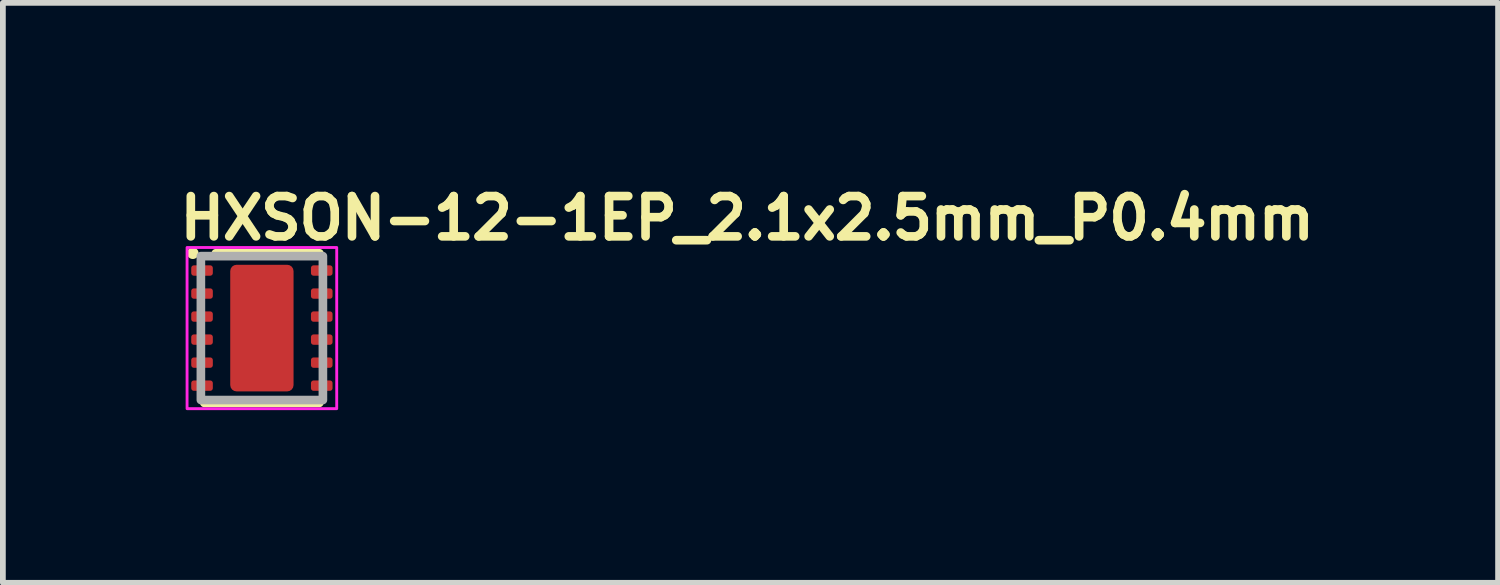
<source format=kicad_pcb>
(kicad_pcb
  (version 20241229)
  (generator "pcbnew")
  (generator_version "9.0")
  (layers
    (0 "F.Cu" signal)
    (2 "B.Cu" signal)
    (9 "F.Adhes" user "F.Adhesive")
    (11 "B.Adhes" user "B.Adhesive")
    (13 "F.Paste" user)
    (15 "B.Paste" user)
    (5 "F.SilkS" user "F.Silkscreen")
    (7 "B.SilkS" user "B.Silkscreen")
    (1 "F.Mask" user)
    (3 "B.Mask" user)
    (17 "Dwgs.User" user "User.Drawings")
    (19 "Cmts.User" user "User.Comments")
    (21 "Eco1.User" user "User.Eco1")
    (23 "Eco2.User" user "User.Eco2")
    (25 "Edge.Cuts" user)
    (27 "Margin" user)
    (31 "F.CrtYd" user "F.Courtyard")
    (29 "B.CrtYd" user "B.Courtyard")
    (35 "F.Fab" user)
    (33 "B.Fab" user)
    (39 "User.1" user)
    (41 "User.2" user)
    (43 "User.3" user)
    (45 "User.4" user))
  (footprint "HXSON-12-1EP_2.1x2.5mm_P0.4mm"
    (layer "F.Cu")
    (at 1.5 2.65)
    (property "Reference" "HXSON-12-1EP_2.1x2.5mm_P0.4mm" (at -1.5 -1.5 0) (layer "F.SilkS") (effects (font (size 0.7 0.7) (thickness 0.15)) (justify left bottom)))
    (attr smd)
    (fp_line (start -0.8 -1.3) (end 0.999 -1.3) (stroke (width 0.15) (type solid)) (layer "F.SilkS"))
    (fp_line (start 0.997 1.3) (end -1 1.3) (stroke (width 0.15) (type solid)) (layer "F.SilkS"))
    (fp_circle (center -1.2 -1.3) (end -1.15 -1.3) (stroke (width 0.1) (type solid)) (fill yes) (layer "F.SilkS"))
    (fp_poly (pts (xy -0.2 -0.4) (xy 0.2 -0.4) (xy 0.2 0.4) (xy -0.2 0.4)) (stroke (width 0.01) (type solid)) (fill yes) (layer "F.Paste"))
    (fp_rect (start -1.3 -1.4) (end 1.3 1.4) (stroke (width 0.05) (type solid)) (fill no) (layer "F.CrtYd"))
    (fp_rect (start -1.06 -1.25) (end 1.06 1.25) (stroke (width 0.15) (type solid)) (fill no) (layer "F.Fab"))
    (fp_rect (start -1.06 -1.25) (end 1.06 1.25) (stroke (width 0.1) (type solid)) (fill no) (layer "User.5"))
    (fp_line (start -1.06 -0.9) (end -1.06 -1.1) (stroke (width 0.02) (type solid)) (layer "User.9"))
    (fp_line (start -1.06 -0.5) (end -1.06 -0.7) (stroke (width 0.02) (type solid)) (layer "User.9"))
    (fp_line (start -1.06 -0.1) (end -1.06 -0.3) (stroke (width 0.02) (type solid)) (layer "User.9"))
    (fp_line (start -1.06 0.3) (end -1.06 0.1) (stroke (width 0.02) (type solid)) (layer "User.9"))
    (fp_line (start -1.06 0.7) (end -1.06 0.5) (stroke (width 0.02) (type solid)) (layer "User.9"))
    (fp_line (start -1.06 1.1) (end -1.06 0.9) (stroke (width 0.02) (type solid)) (layer "User.9"))
    (fp_line (start -1.05 -1.1) (end -1.06 -1.1) (stroke (width 0.02) (type solid)) (layer "User.9"))
    (fp_line (start -1.05 -0.9) (end -1.06 -0.9) (stroke (width 0.02) (type solid)) (layer "User.9"))
    (fp_line (start -1.05 -0.7) (end -1.06 -0.7) (stroke (width 0.02) (type solid)) (layer "User.9"))
    (fp_line (start -1.05 -0.5) (end -1.06 -0.5) (stroke (width 0.02) (type solid)) (layer "User.9"))
    (fp_line (start -1.05 -0.3) (end -1.06 -0.3) (stroke (width 0.02) (type solid)) (layer "User.9"))
    (fp_line (start -1.05 -0.1) (end -1.06 -0.1) (stroke (width 0.02) (type solid)) (layer "User.9"))
    (fp_line (start -1.05 0.1) (end -1.06 0.1) (stroke (width 0.02) (type solid)) (layer "User.9"))
    (fp_line (start -1.05 0.3) (end -1.06 0.3) (stroke (width 0.02) (type solid)) (layer "User.9"))
    (fp_line (start -1.05 0.5) (end -1.06 0.5) (stroke (width 0.02) (type solid)) (layer "User.9"))
    (fp_line (start -1.05 0.7) (end -1.06 0.7) (stroke (width 0.02) (type solid)) (layer "User.9"))
    (fp_line (start -1.05 0.9) (end -1.06 0.9) (stroke (width 0.02) (type solid)) (layer "User.9"))
    (fp_line (start -1.05 1.1) (end -1.06 1.1) (stroke (width 0.02) (type solid)) (layer "User.9"))
    (fp_line (start -1.05 1.25) (end -1.05 -1.25) (stroke (width 0.02) (type solid)) (layer "User.9"))
    (fp_line (start 1.05 -1.25) (end -1.05 -1.25) (stroke (width 0.02) (type solid)) (layer "User.9"))
    (fp_line (start 1.05 1.25) (end -1.05 1.25) (stroke (width 0.02) (type solid)) (layer "User.9"))
    (fp_line (start 1.05 1.25) (end 1.05 -1.25) (stroke (width 0.02) (type solid)) (layer "User.9"))
    (fp_line (start 1.06 -1.1) (end 1.05 -1.1) (stroke (width 0.02) (type solid)) (layer "User.9"))
    (fp_line (start 1.06 -0.9) (end 1.05 -0.9) (stroke (width 0.02) (type solid)) (layer "User.9"))
    (fp_line (start 1.06 -0.9) (end 1.06 -1.1) (stroke (width 0.02) (type solid)) (layer "User.9"))
    (fp_line (start 1.06 -0.7) (end 1.05 -0.7) (stroke (width 0.02) (type solid)) (layer "User.9"))
    (fp_line (start 1.06 -0.5) (end 1.05 -0.5) (stroke (width 0.02) (type solid)) (layer "User.9"))
    (fp_line (start 1.06 -0.5) (end 1.06 -0.7) (stroke (width 0.02) (type solid)) (layer "User.9"))
    (fp_line (start 1.06 -0.3) (end 1.05 -0.3) (stroke (width 0.02) (type solid)) (layer "User.9"))
    (fp_line (start 1.06 -0.1) (end 1.05 -0.1) (stroke (width 0.02) (type solid)) (layer "User.9"))
    (fp_line (start 1.06 -0.1) (end 1.06 -0.3) (stroke (width 0.02) (type solid)) (layer "User.9"))
    (fp_line (start 1.06 0.1) (end 1.05 0.1) (stroke (width 0.02) (type solid)) (layer "User.9"))
    (fp_line (start 1.06 0.3) (end 1.05 0.3) (stroke (width 0.02) (type solid)) (layer "User.9"))
    (fp_line (start 1.06 0.3) (end 1.06 0.1) (stroke (width 0.02) (type solid)) (layer "User.9"))
    (fp_line (start 1.06 0.5) (end 1.05 0.5) (stroke (width 0.02) (type solid)) (layer "User.9"))
    (fp_line (start 1.06 0.7) (end 1.05 0.7) (stroke (width 0.02) (type solid)) (layer "User.9"))
    (fp_line (start 1.06 0.7) (end 1.06 0.5) (stroke (width 0.02) (type solid)) (layer "User.9"))
    (fp_line (start 1.06 0.9) (end 1.05 0.9) (stroke (width 0.02) (type solid)) (layer "User.9"))
    (fp_line (start 1.06 1.1) (end 1.05 1.1) (stroke (width 0.02) (type solid)) (layer "User.9"))
    (fp_line (start 1.06 1.1) (end 1.06 0.9) (stroke (width 0.02) (type solid)) (layer "User.9"))
    (pad "1" smd roundrect (at -1.04 -1) (size 0.375 0.18) (layers "F.Cu" "F.Mask" "F.Paste") (roundrect_rratio 0.25))
    (pad "2" smd roundrect (at -1.04 -0.6) (size 0.375 0.18) (layers "F.Cu" "F.Mask" "F.Paste") (roundrect_rratio 0.25))
    (pad "3" smd roundrect (at -1.04 -0.2) (size 0.375 0.18) (layers "F.Cu" "F.Mask" "F.Paste") (roundrect_rratio 0.25))
    (pad "4" smd roundrect (at -1.04 0.2) (size 0.375 0.18) (layers "F.Cu" "F.Mask" "F.Paste") (roundrect_rratio 0.25))
    (pad "5" smd roundrect (at -1.04 0.6) (size 0.375 0.18) (layers "F.Cu" "F.Mask" "F.Paste") (roundrect_rratio 0.25))
    (pad "6" smd roundrect (at -1.04 1) (size 0.375 0.18) (layers "F.Cu" "F.Mask" "F.Paste") (roundrect_rratio 0.25))
    (pad "7" smd roundrect (at 1.04 1) (size 0.375 0.18) (layers "F.Cu" "F.Mask" "F.Paste") (roundrect_rratio 0.25))
    (pad "8" smd roundrect (at 1.04 0.6) (size 0.375 0.18) (layers "F.Cu" "F.Mask" "F.Paste") (roundrect_rratio 0.25))
    (pad "9" smd roundrect (at 1.04 0.2) (size 0.375 0.18) (layers "F.Cu" "F.Mask" "F.Paste") (roundrect_rratio 0.25))
    (pad "10" smd roundrect (at 1.04 -0.2) (size 0.375 0.18) (layers "F.Cu" "F.Mask" "F.Paste") (roundrect_rratio 0.25))
    (pad "11" smd roundrect (at 1.04 -0.6) (size 0.375 0.18) (layers "F.Cu" "F.Mask" "F.Paste") (roundrect_rratio 0.25))
    (pad "12" smd roundrect (at 1.04 -1) (size 0.375 0.18) (layers "F.Cu" "F.Mask" "F.Paste") (roundrect_rratio 0.25))
    (pad "13" smd roundrect (at 0 0) (size 1.1 2.2) (layers "F.Cu" "F.Mask" "F.Paste") (roundrect_rratio 0.1)))
  (gr_rect
    (start -3 -3)
    (end 22.977 7.075)
    (stroke (width 0.1) (type default))
    (fill no)
    (layer "Edge.Cuts")))
</source>
